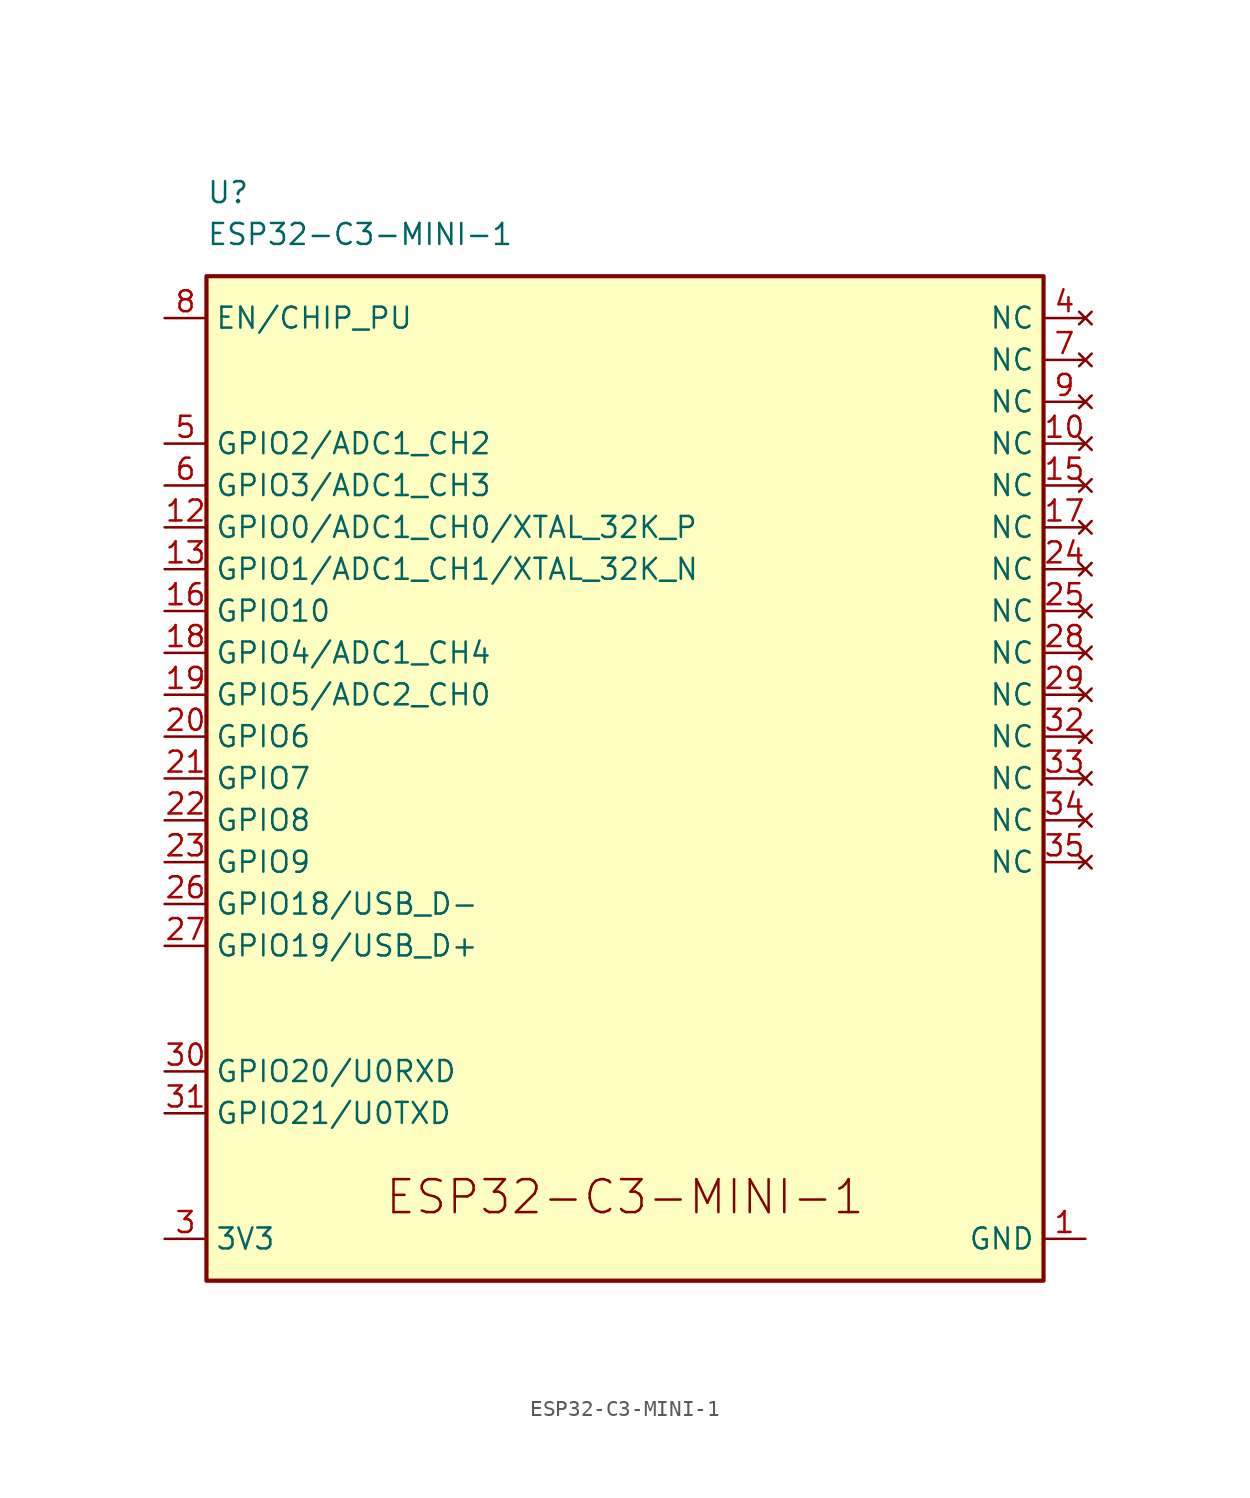
<source format=kicad_sym>
(kicad_symbol_lib
  (version 20220914)
  (generator kicad_symbol_editor)
  (symbol "ESP32-C3-MINI-1"
    (property "Reference" "U"
      (at -25.4 35.56 0)
      (effects (font (size 1.27 1.27)) (justify left)))
    (property "Value" "ESP32-C3-MINI-1"
      (at -25.4 33.02 0)
      (effects (font (size 1.27 1.27)) (justify left)))
    (symbol "ESP32-C3-MINI-1_0_0"
      (text "ESP32-C3-MINI-1" (at 0 -25.4 0) (effects (font (size 2 2)))))
    (symbol "ESP32-C3-MINI-1_0_1"
      (rectangle (start -25.4 30.48) (end 25.4 -30.48) (stroke (width 0.254) (type default)) (fill (type background))))
    (symbol "ESP32-C3-MINI-1_1_1"
      (pin power_in line (at 27.94 -27.94 180) (length 2.54) (name "GND" (effects (font (size 1.27 1.27)))) (number "1" (effects (font (size 1.27 1.27)))))
      (pin no_connect line (at 27.94 20.32 180) (length 2.54) (name "NC" (effects (font (size 1.27 1.27)))) (number "10" (effects (font (size 1.27 1.27)))))
      (pin bidirectional line (at -27.94 15.24 0) (length 2.54) (name "GPIO0/ADC1_CH0/XTAL_32K_P" (effects (font (size 1.27 1.27)))) (number "12" (effects (font (size 1.27 1.27)))))
      (pin bidirectional line (at -27.94 12.7 0) (length 2.54) (name "GPIO1/ADC1_CH1/XTAL_32K_N" (effects (font (size 1.27 1.27)))) (number "13" (effects (font (size 1.27 1.27)))))
      (pin no_connect line (at 27.94 17.78 180) (length 2.54) (name "NC" (effects (font (size 1.27 1.27)))) (number "15" (effects (font (size 1.27 1.27)))))
      (pin bidirectional line (at -27.94 10.16 0) (length 2.54) (name "GPIO10" (effects (font (size 1.27 1.27)))) (number "16" (effects (font (size 1.27 1.27)))))
      (pin no_connect line (at 27.94 15.24 180) (length 2.54) (name "NC" (effects (font (size 1.27 1.27)))) (number "17" (effects (font (size 1.27 1.27)))))
      (pin bidirectional line (at -27.94 7.62 0) (length 2.54) (name "GPIO4/ADC1_CH4" (effects (font (size 1.27 1.27)))) (number "18" (effects (font (size 1.27 1.27)))))
      (pin bidirectional line (at -27.94 5.08 0) (length 2.54) (name "GPIO5/ADC2_CH0" (effects (font (size 1.27 1.27)))) (number "19" (effects (font (size 1.27 1.27)))))
      (pin passive line (at 27.94 -27.94 180) (length 2.54) hide (name "GND" (effects (font (size 1.27 1.27)))) (number "2" (effects (font (size 1.27 1.27)))))
      (pin bidirectional line (at -27.94 2.54 0) (length 2.54) (name "GPIO6" (effects (font (size 1.27 1.27)))) (number "20" (effects (font (size 1.27 1.27)))))
      (pin bidirectional line (at -27.94 0 0) (length 2.54) (name "GPIO7" (effects (font (size 1.27 1.27)))) (number "21" (effects (font (size 1.27 1.27)))))
      (pin bidirectional line (at -27.94 -2.54 0) (length 2.54) (name "GPIO8" (effects (font (size 1.27 1.27)))) (number "22" (effects (font (size 1.27 1.27)))))
      (pin bidirectional line (at -27.94 -5.08 0) (length 2.54) (name "GPIO9" (effects (font (size 1.27 1.27)))) (number "23" (effects (font (size 1.27 1.27)))))
      (pin no_connect line (at 27.94 12.7 180) (length 2.54) (name "NC" (effects (font (size 1.27 1.27)))) (number "24" (effects (font (size 1.27 1.27)))))
      (pin no_connect line (at 27.94 10.16 180) (length 2.54) (name "NC" (effects (font (size 1.27 1.27)))) (number "25" (effects (font (size 1.27 1.27)))))
      (pin bidirectional line (at -27.94 -7.62 0) (length 2.54) (name "GPIO18/USB_D-" (effects (font (size 1.27 1.27)))) (number "26" (effects (font (size 1.27 1.27)))))
      (pin bidirectional line (at -27.94 -10.16 0) (length 2.54) (name "GPIO19/USB_D+" (effects (font (size 1.27 1.27)))) (number "27" (effects (font (size 1.27 1.27)))))
      (pin no_connect line (at 27.94 7.62 180) (length 2.54) (name "NC" (effects (font (size 1.27 1.27)))) (number "28" (effects (font (size 1.27 1.27)))))
      (pin no_connect line (at 27.94 5.08 180) (length 2.54) (name "NC" (effects (font (size 1.27 1.27)))) (number "29" (effects (font (size 1.27 1.27)))))
      (pin power_in line (at -27.94 -27.94 0) (length 2.54) (name "3V3" (effects (font (size 1.27 1.27)))) (number "3" (effects (font (size 1.27 1.27)))))
      (pin bidirectional line (at -27.94 -17.78 0) (length 2.54) (name "GPIO20/U0RXD" (effects (font (size 1.27 1.27)))) (number "30" (effects (font (size 1.27 1.27)))))
      (pin bidirectional line (at -27.94 -20.32 0) (length 2.54) (name "GPIO21/U0TXD" (effects (font (size 1.27 1.27)))) (number "31" (effects (font (size 1.27 1.27)))))
      (pin no_connect line (at 27.94 2.54 180) (length 2.54) (name "NC" (effects (font (size 1.27 1.27)))) (number "32" (effects (font (size 1.27 1.27)))))
      (pin no_connect line (at 27.94 0 180) (length 2.54) (name "NC" (effects (font (size 1.27 1.27)))) (number "33" (effects (font (size 1.27 1.27)))))
      (pin no_connect line (at 27.94 -2.54 180) (length 2.54) (name "NC" (effects (font (size 1.27 1.27)))) (number "34" (effects (font (size 1.27 1.27)))))
      (pin no_connect line (at 27.94 -5.08 180) (length 2.54) (name "NC" (effects (font (size 1.27 1.27)))) (number "35" (effects (font (size 1.27 1.27)))))
      (pin passive line (at 27.94 -27.94 180) (length 2.54) hide (name "GND" (effects (font (size 1.27 1.27)))) (number "36" (effects (font (size 1.27 1.27)))))
      (pin passive line (at 27.94 -27.94 180) (length 2.54) hide (name "GND" (effects (font (size 1.27 1.27)))) (number "37" (effects (font (size 1.27 1.27)))))
      (pin passive line (at 27.94 -27.94 180) (length 2.54) hide (name "GND" (effects (font (size 1.27 1.27)))) (number "38" (effects (font (size 1.27 1.27)))))
      (pin passive line (at 27.94 -27.94 180) (length 2.54) hide (name "GND" (effects (font (size 1.27 1.27)))) (number "39" (effects (font (size 1.27 1.27)))))
      (pin no_connect line (at 27.94 27.94 180) (length 2.54) (name "NC" (effects (font (size 1.27 1.27)))) (number "4" (effects (font (size 1.27 1.27)))))
      (pin passive line (at 27.94 -27.94 180) (length 2.54) hide (name "GND" (effects (font (size 1.27 1.27)))) (number "40" (effects (font (size 1.27 1.27)))))
      (pin passive line (at 27.94 -27.94 180) (length 2.54) hide (name "GND" (effects (font (size 1.27 1.27)))) (number "41" (effects (font (size 1.27 1.27)))))
      (pin passive line (at 27.94 -27.94 180) (length 2.54) hide (name "GND" (effects (font (size 1.27 1.27)))) (number "42" (effects (font (size 1.27 1.27)))))
      (pin passive line (at 27.94 -27.94 180) (length 2.54) hide (name "GND" (effects (font (size 1.27 1.27)))) (number "43" (effects (font (size 1.27 1.27)))))
      (pin passive line (at 27.94 -27.94 180) (length 2.54) hide (name "GND" (effects (font (size 1.27 1.27)))) (number "44" (effects (font (size 1.27 1.27)))))
      (pin passive line (at 27.94 -27.94 180) (length 2.54) hide (name "GND" (effects (font (size 1.27 1.27)))) (number "45" (effects (font (size 1.27 1.27)))))
      (pin passive line (at 27.94 -27.94 180) (length 2.54) hide (name "GND" (effects (font (size 1.27 1.27)))) (number "46" (effects (font (size 1.27 1.27)))))
      (pin passive line (at 27.94 -27.94 180) (length 2.54) hide (name "GND" (effects (font (size 1.27 1.27)))) (number "47" (effects (font (size 1.27 1.27)))))
      (pin passive line (at 27.94 -27.94 180) (length 2.54) hide (name "GND" (effects (font (size 1.27 1.27)))) (number "48" (effects (font (size 1.27 1.27)))))
      (pin passive line (at 27.94 -27.94 180) (length 2.54) hide (name "GND" (effects (font (size 1.27 1.27)))) (number "49" (effects (font (size 1.27 1.27)))))
      (pin bidirectional line (at -27.94 20.32 0) (length 2.54) (name "GPIO2/ADC1_CH2" (effects (font (size 1.27 1.27)))) (number "5" (effects (font (size 1.27 1.27)))))
      (pin passive line (at 27.94 -27.94 180) (length 2.54) hide (name "GND" (effects (font (size 1.27 1.27)))) (number "50" (effects (font (size 1.27 1.27)))))
      (pin passive line (at 27.94 -27.94 180) (length 2.54) hide (name "GND" (effects (font (size 1.27 1.27)))) (number "51" (effects (font (size 1.27 1.27)))))
      (pin passive line (at 27.94 -27.94 180) (length 2.54) hide (name "GND" (effects (font (size 1.27 1.27)))) (number "52" (effects (font (size 1.27 1.27)))))
      (pin passive line (at 27.94 -27.94 180) (length 2.54) hide (name "GND" (effects (font (size 1.27 1.27)))) (number "53" (effects (font (size 1.27 1.27)))))
      (pin bidirectional line (at -27.94 17.78 0) (length 2.54) (name "GPIO3/ADC1_CH3" (effects (font (size 1.27 1.27)))) (number "6" (effects (font (size 1.27 1.27)))))
      (pin no_connect line (at 27.94 25.4 180) (length 2.54) (name "NC" (effects (font (size 1.27 1.27)))) (number "7" (effects (font (size 1.27 1.27)))))
      (pin input line (at -27.94 27.94 0) (length 2.54) (name "EN/CHIP_PU" (effects (font (size 1.27 1.27)))) (number "8" (effects (font (size 1.27 1.27)))))
      (pin no_connect line (at 27.94 22.86 180) (length 2.54) (name "NC" (effects (font (size 1.27 1.27)))) (number "9" (effects (font (size 1.27 1.27))))))))
</source>
